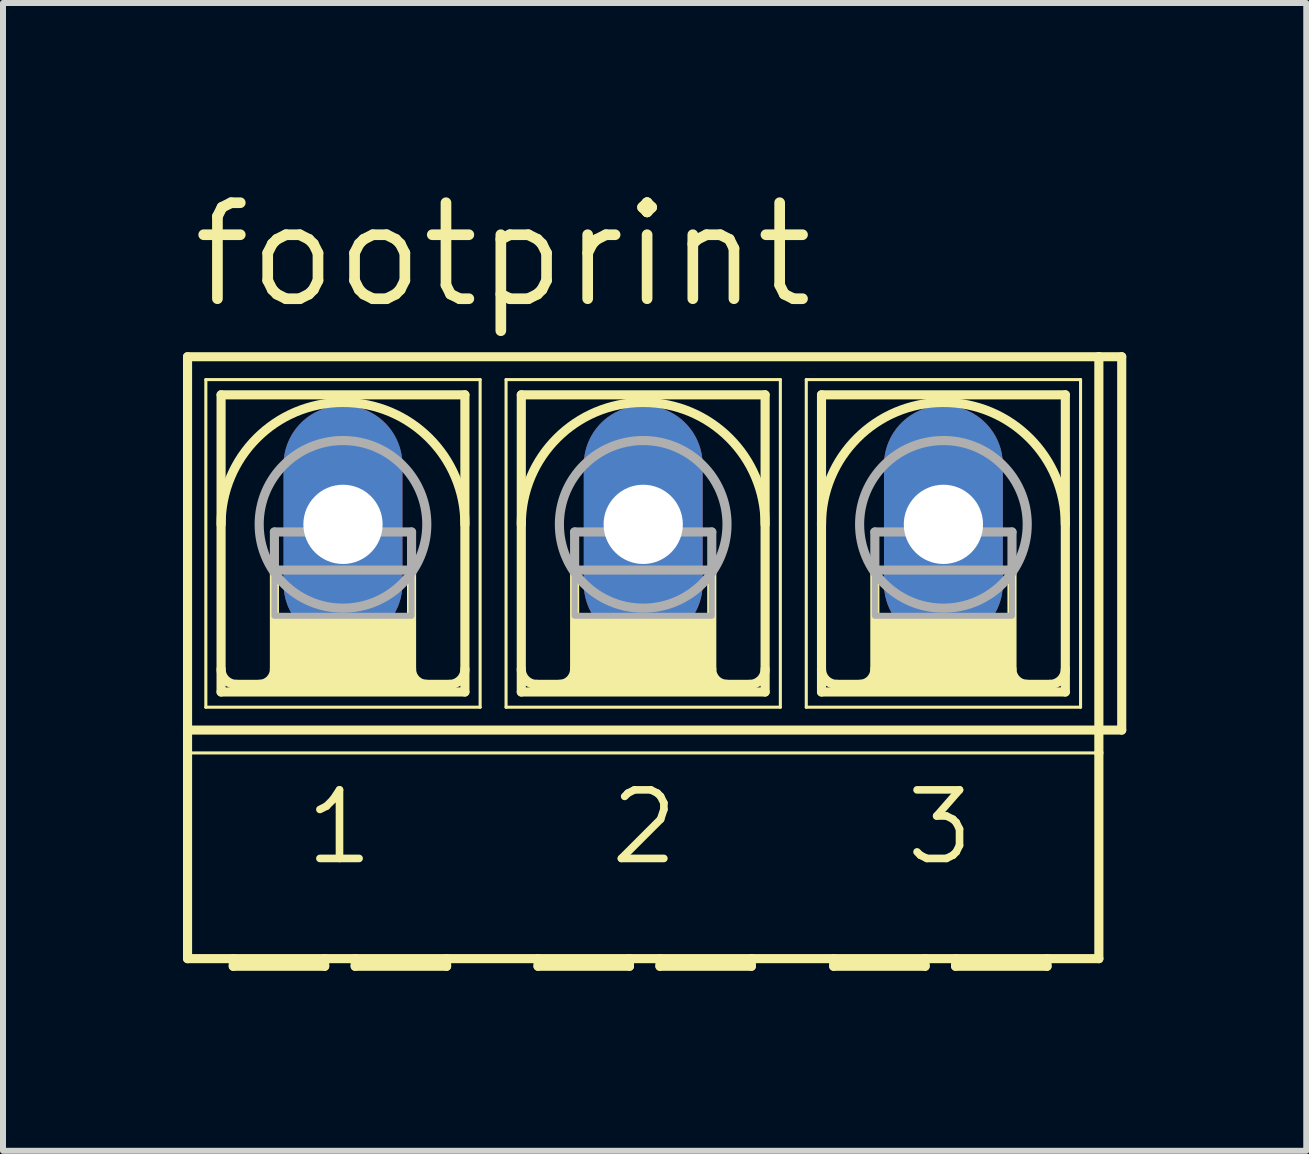
<source format=kicad_pcb>
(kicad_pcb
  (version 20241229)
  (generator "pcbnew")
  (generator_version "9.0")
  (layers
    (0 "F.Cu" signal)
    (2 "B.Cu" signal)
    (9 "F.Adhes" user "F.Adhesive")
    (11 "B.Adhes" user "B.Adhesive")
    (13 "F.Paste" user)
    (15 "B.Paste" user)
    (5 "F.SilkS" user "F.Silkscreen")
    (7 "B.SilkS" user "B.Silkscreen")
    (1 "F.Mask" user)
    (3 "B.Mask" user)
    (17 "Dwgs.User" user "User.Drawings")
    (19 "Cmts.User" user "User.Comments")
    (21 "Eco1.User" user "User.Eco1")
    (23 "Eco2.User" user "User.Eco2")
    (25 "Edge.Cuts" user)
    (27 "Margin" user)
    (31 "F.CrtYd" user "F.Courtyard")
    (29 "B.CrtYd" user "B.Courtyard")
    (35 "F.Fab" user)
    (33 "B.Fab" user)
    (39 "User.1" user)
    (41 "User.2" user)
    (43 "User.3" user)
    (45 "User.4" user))
  (footprint "footprint"
    (layer "F.Cu")
    (at 7.671 5.69)
    (property "Reference" "footprint" (at -7.595 -3.556 0) (layer "F.SilkS") (effects (font (size 1.6 1.6) (thickness 0.178)) (justify left bottom)))
    (fp_line (start -7.595 3.429) (end -7.595 -2.794) (stroke (width 0.152) (type solid)) (layer "F.SilkS"))
    (fp_line (start -7.595 3.429) (end 7.595 3.429) (stroke (width 0.152) (type solid)) (layer "F.SilkS"))
    (fp_line (start -7.595 3.81) (end -7.595 3.429) (stroke (width 0.152) (type solid)) (layer "F.SilkS"))
    (fp_line (start -7.595 7.239) (end -7.595 3.81) (stroke (width 0.152) (type solid)) (layer "F.SilkS"))
    (fp_line (start -7.595 7.239) (end -6.833 7.239) (stroke (width 0.152) (type solid)) (layer "F.SilkS"))
    (fp_line (start -7.29 -2.413) (end -7.29 3.048) (stroke (width 0.051) (type solid)) (layer "F.SilkS"))
    (fp_line (start -7.29 -2.413) (end -2.718 -2.413) (stroke (width 0.051) (type solid)) (layer "F.SilkS"))
    (fp_line (start -7.036 2.794) (end -7.036 -2.159) (stroke (width 0.152) (type solid)) (layer "F.SilkS"))
    (fp_line (start -7.036 2.794) (end -2.972 2.794) (stroke (width 0.152) (type solid)) (layer "F.SilkS"))
    (fp_line (start -6.833 7.239) (end -5.309 7.239) (stroke (width 0.152) (type solid)) (layer "F.SilkS"))
    (fp_line (start -6.833 7.366) (end -6.833 7.239) (stroke (width 0.152) (type solid)) (layer "F.SilkS"))
    (fp_line (start -6.833 7.366) (end -5.309 7.366) (stroke (width 0.152) (type solid)) (layer "F.SilkS"))
    (fp_line (start -6.147 0.762) (end -6.147 2.413) (stroke (width 0.152) (type solid)) (layer "F.SilkS"))
    (fp_line (start -5.309 7.239) (end -5.309 7.366) (stroke (width 0.152) (type solid)) (layer "F.SilkS"))
    (fp_line (start -5.309 7.239) (end -4.801 7.239) (stroke (width 0.152) (type solid)) (layer "F.SilkS"))
    (fp_line (start -4.801 7.239) (end -3.277 7.239) (stroke (width 0.152) (type solid)) (layer "F.SilkS"))
    (fp_line (start -4.801 7.366) (end -4.801 7.239) (stroke (width 0.152) (type solid)) (layer "F.SilkS"))
    (fp_line (start -4.801 7.366) (end -3.277 7.366) (stroke (width 0.152) (type solid)) (layer "F.SilkS"))
    (fp_line (start -3.861 0.762) (end -3.861 2.413) (stroke (width 0.152) (type solid)) (layer "F.SilkS"))
    (fp_line (start -3.277 7.239) (end -1.753 7.239) (stroke (width 0.152) (type solid)) (layer "F.SilkS"))
    (fp_line (start -3.277 7.366) (end -3.277 7.239) (stroke (width 0.152) (type solid)) (layer "F.SilkS"))
    (fp_line (start -3.226 2.667) (end -6.782 2.667) (stroke (width 0.152) (type solid)) (layer "F.SilkS"))
    (fp_line (start -2.972 -2.159) (end -7.036 -2.159) (stroke (width 0.152) (type solid)) (layer "F.SilkS"))
    (fp_line (start -2.972 -2.159) (end -2.972 2.794) (stroke (width 0.152) (type solid)) (layer "F.SilkS"))
    (fp_line (start -2.718 -2.413) (end -2.718 3.048) (stroke (width 0.051) (type solid)) (layer "F.SilkS"))
    (fp_line (start -2.718 3.048) (end -7.29 3.048) (stroke (width 0.051) (type solid)) (layer "F.SilkS"))
    (fp_line (start -2.286 -2.413) (end -2.286 3.048) (stroke (width 0.051) (type solid)) (layer "F.SilkS"))
    (fp_line (start -2.286 -2.413) (end 2.286 -2.413) (stroke (width 0.051) (type solid)) (layer "F.SilkS"))
    (fp_line (start -2.032 -2.159) (end -2.032 2.794) (stroke (width 0.152) (type solid)) (layer "F.SilkS"))
    (fp_line (start -2.032 2.794) (end 2.032 2.794) (stroke (width 0.152) (type solid)) (layer "F.SilkS"))
    (fp_line (start -1.753 7.239) (end -0.229 7.239) (stroke (width 0.152) (type solid)) (layer "F.SilkS"))
    (fp_line (start -1.753 7.366) (end -1.753 7.239) (stroke (width 0.152) (type solid)) (layer "F.SilkS"))
    (fp_line (start -1.753 7.366) (end -0.229 7.366) (stroke (width 0.152) (type solid)) (layer "F.SilkS"))
    (fp_line (start -1.143 0.762) (end -1.143 2.413) (stroke (width 0.152) (type solid)) (layer "F.SilkS"))
    (fp_line (start -0.229 7.239) (end -0.229 7.366) (stroke (width 0.152) (type solid)) (layer "F.SilkS"))
    (fp_line (start -0.229 7.239) (end 0.279 7.239) (stroke (width 0.152) (type solid)) (layer "F.SilkS"))
    (fp_line (start 0.279 7.239) (end 1.803 7.239) (stroke (width 0.152) (type solid)) (layer "F.SilkS"))
    (fp_line (start 0.279 7.366) (end 0.279 7.239) (stroke (width 0.152) (type solid)) (layer "F.SilkS"))
    (fp_line (start 0.279 7.366) (end 1.803 7.366) (stroke (width 0.152) (type solid)) (layer "F.SilkS"))
    (fp_line (start 1.143 0.762) (end 1.143 2.413) (stroke (width 0.152) (type solid)) (layer "F.SilkS"))
    (fp_line (start 1.778 2.667) (end -1.778 2.667) (stroke (width 0.152) (type solid)) (layer "F.SilkS"))
    (fp_line (start 1.803 7.366) (end 1.803 7.239) (stroke (width 0.152) (type solid)) (layer "F.SilkS"))
    (fp_line (start 2.032 -2.159) (end -2.032 -2.159) (stroke (width 0.152) (type solid)) (layer "F.SilkS"))
    (fp_line (start 2.032 2.794) (end 2.032 -2.159) (stroke (width 0.152) (type solid)) (layer "F.SilkS"))
    (fp_line (start 2.286 3.048) (end -2.286 3.048) (stroke (width 0.051) (type solid)) (layer "F.SilkS"))
    (fp_line (start 2.286 3.048) (end 2.286 -2.413) (stroke (width 0.051) (type solid)) (layer "F.SilkS"))
    (fp_line (start 2.718 -2.413) (end 2.718 3.048) (stroke (width 0.051) (type solid)) (layer "F.SilkS"))
    (fp_line (start 2.718 -2.413) (end 7.29 -2.413) (stroke (width 0.051) (type solid)) (layer "F.SilkS"))
    (fp_line (start 2.972 2.794) (end 2.972 -2.159) (stroke (width 0.152) (type solid)) (layer "F.SilkS"))
    (fp_line (start 2.972 2.794) (end 7.036 2.794) (stroke (width 0.152) (type solid)) (layer "F.SilkS"))
    (fp_line (start 3.175 7.239) (end 1.803 7.239) (stroke (width 0.152) (type solid)) (layer "F.SilkS"))
    (fp_line (start 3.175 7.239) (end 3.175 7.366) (stroke (width 0.152) (type solid)) (layer "F.SilkS"))
    (fp_line (start 3.175 7.239) (end 4.699 7.239) (stroke (width 0.152) (type solid)) (layer "F.SilkS"))
    (fp_line (start 3.175 7.366) (end 4.699 7.366) (stroke (width 0.152) (type solid)) (layer "F.SilkS"))
    (fp_line (start 3.861 0.762) (end 3.861 2.413) (stroke (width 0.152) (type solid)) (layer "F.SilkS"))
    (fp_line (start 4.699 7.239) (end 4.699 7.366) (stroke (width 0.152) (type solid)) (layer "F.SilkS"))
    (fp_line (start 4.699 7.239) (end 5.207 7.239) (stroke (width 0.152) (type solid)) (layer "F.SilkS"))
    (fp_line (start 5.207 7.239) (end 5.207 7.366) (stroke (width 0.152) (type solid)) (layer "F.SilkS"))
    (fp_line (start 5.207 7.239) (end 6.731 7.239) (stroke (width 0.152) (type solid)) (layer "F.SilkS"))
    (fp_line (start 5.207 7.366) (end 6.731 7.366) (stroke (width 0.152) (type solid)) (layer "F.SilkS"))
    (fp_line (start 6.147 0.762) (end 6.147 2.413) (stroke (width 0.152) (type solid)) (layer "F.SilkS"))
    (fp_line (start 6.731 7.366) (end 6.731 7.239) (stroke (width 0.152) (type solid)) (layer "F.SilkS"))
    (fp_line (start 6.782 2.667) (end 3.226 2.667) (stroke (width 0.152) (type solid)) (layer "F.SilkS"))
    (fp_line (start 7.036 -2.159) (end 2.972 -2.159) (stroke (width 0.152) (type solid)) (layer "F.SilkS"))
    (fp_line (start 7.036 -2.159) (end 7.036 2.794) (stroke (width 0.152) (type solid)) (layer "F.SilkS"))
    (fp_line (start 7.29 -2.413) (end 7.29 3.048) (stroke (width 0.051) (type solid)) (layer "F.SilkS"))
    (fp_line (start 7.29 3.048) (end 2.718 3.048) (stroke (width 0.051) (type solid)) (layer "F.SilkS"))
    (fp_line (start 7.595 -2.794) (end -7.595 -2.794) (stroke (width 0.152) (type solid)) (layer "F.SilkS"))
    (fp_line (start 7.595 -2.794) (end 7.595 3.429) (stroke (width 0.152) (type solid)) (layer "F.SilkS"))
    (fp_line (start 7.595 3.429) (end 7.595 3.81) (stroke (width 0.152) (type solid)) (layer "F.SilkS"))
    (fp_line (start 7.595 3.81) (end -7.595 3.81) (stroke (width 0.051) (type solid)) (layer "F.SilkS"))
    (fp_line (start 7.595 3.81) (end 7.595 7.239) (stroke (width 0.152) (type solid)) (layer "F.SilkS"))
    (fp_line (start 7.595 7.239) (end 6.731 7.239) (stroke (width 0.152) (type solid)) (layer "F.SilkS"))
    (fp_line (start 7.976 -2.794) (end 7.595 -2.794) (stroke (width 0.152) (type solid)) (layer "F.SilkS"))
    (fp_line (start 7.976 -2.794) (end 7.976 3.429) (stroke (width 0.152) (type solid)) (layer "F.SilkS"))
    (fp_line (start 7.976 3.429) (end 7.595 3.429) (stroke (width 0.152) (type solid)) (layer "F.SilkS"))
    (fp_arc (start -7.0358 0) (mid -5.0038 -2.032) (end -2.9718 0) (stroke (width 0.1524) (type solid)) (layer "F.SilkS"))
    (fp_arc (start -6.7818 2.667) (mid -6.961405 2.592605) (end -7.0358 2.413) (stroke (width 0.1524) (type solid)) (layer "F.SilkS"))
    (fp_arc (start -6.1468 2.413) (mid -6.221195 2.592605) (end -6.4008 2.667) (stroke (width 0.1524) (type solid)) (layer "F.SilkS"))
    (fp_arc (start -3.6068 2.667) (mid -3.786405 2.592605) (end -3.8608 2.413) (stroke (width 0.1524) (type solid)) (layer "F.SilkS"))
    (fp_arc (start -2.9718 2.413) (mid -3.046195 2.592605) (end -3.2258 2.667) (stroke (width 0.1524) (type solid)) (layer "F.SilkS"))
    (fp_arc (start -2.032 0) (mid 0 -2.032) (end 2.032 0) (stroke (width 0.1524) (type solid)) (layer "F.SilkS"))
    (fp_arc (start -1.778 2.667) (mid -1.957605 2.592605) (end -2.032 2.413) (stroke (width 0.1524) (type solid)) (layer "F.SilkS"))
    (fp_arc (start -1.143 2.413) (mid -1.217395 2.592605) (end -1.397 2.667) (stroke (width 0.1524) (type solid)) (layer "F.SilkS"))
    (fp_arc (start 1.397 2.667) (mid 1.217395 2.592605) (end 1.143 2.413) (stroke (width 0.1524) (type solid)) (layer "F.SilkS"))
    (fp_arc (start 2.032 2.413) (mid 1.957605 2.592605) (end 1.778 2.667) (stroke (width 0.1524) (type solid)) (layer "F.SilkS"))
    (fp_arc (start 2.9718 0) (mid 5.0038 -2.032) (end 7.0358 0) (stroke (width 0.1524) (type solid)) (layer "F.SilkS"))
    (fp_arc (start 3.2258 2.667) (mid 3.046195 2.592605) (end 2.9718 2.413) (stroke (width 0.1524) (type solid)) (layer "F.SilkS"))
    (fp_arc (start 3.8608 2.413) (mid 3.786405 2.592605) (end 3.6068 2.667) (stroke (width 0.1524) (type solid)) (layer "F.SilkS"))
    (fp_arc (start 6.4008 2.667) (mid 6.221195 2.592605) (end 6.1468 2.413) (stroke (width 0.1524) (type solid)) (layer "F.SilkS"))
    (fp_arc (start 7.0358 2.413) (mid 6.961405 2.592605) (end 6.7818 2.667) (stroke (width 0.1524) (type solid)) (layer "F.SilkS"))
    (fp_poly (pts (xy -6.147 2.667) (xy -3.861 2.667) (xy -3.861 1.524) (xy -6.147 1.524)) (stroke (width 0) (type solid)) (fill yes) (layer "F.SilkS"))
    (fp_poly (pts (xy -1.143 2.667) (xy 1.143 2.667) (xy 1.143 1.524) (xy -1.143 1.524)) (stroke (width 0) (type solid)) (fill yes) (layer "F.SilkS"))
    (fp_poly (pts (xy 3.861 2.667) (xy 6.147 2.667) (xy 6.147 1.524) (xy 3.861 1.524)) (stroke (width 0) (type solid)) (fill yes) (layer "F.SilkS"))
    (fp_line (start -6.147 0.127) (end -6.147 0.762) (stroke (width 0.152) (type solid)) (layer "F.Fab"))
    (fp_line (start -6.147 0.127) (end -3.861 0.127) (stroke (width 0.152) (type solid)) (layer "F.Fab"))
    (fp_line (start -6.147 0.762) (end -3.861 0.762) (stroke (width 0.152) (type solid)) (layer "F.Fab"))
    (fp_line (start -3.861 0.127) (end -3.861 0.762) (stroke (width 0.152) (type solid)) (layer "F.Fab"))
    (fp_line (start -1.143 0.127) (end -1.143 0.762) (stroke (width 0.152) (type solid)) (layer "F.Fab"))
    (fp_line (start -1.143 0.127) (end 1.143 0.127) (stroke (width 0.152) (type solid)) (layer "F.Fab"))
    (fp_line (start -1.143 0.762) (end 1.143 0.762) (stroke (width 0.152) (type solid)) (layer "F.Fab"))
    (fp_line (start 1.143 0.127) (end 1.143 0.762) (stroke (width 0.152) (type solid)) (layer "F.Fab"))
    (fp_line (start 3.861 0.127) (end 3.861 0.762) (stroke (width 0.152) (type solid)) (layer "F.Fab"))
    (fp_line (start 3.861 0.127) (end 6.147 0.127) (stroke (width 0.152) (type solid)) (layer "F.Fab"))
    (fp_line (start 3.861 0.762) (end 6.147 0.762) (stroke (width 0.152) (type solid)) (layer "F.Fab"))
    (fp_line (start 6.147 0.127) (end 6.147 0.762) (stroke (width 0.152) (type solid)) (layer "F.Fab"))
    (fp_circle (center -5.004 0) (end -3.607 0) (stroke (width 0.152) (type solid)) (fill no) (layer "F.Fab"))
    (fp_circle (center 0 0) (end 1.397 0) (stroke (width 0.152) (type solid)) (fill no) (layer "F.Fab"))
    (fp_circle (center 5.004 0) (end 6.401 0) (stroke (width 0.152) (type solid)) (fill no) (layer "F.Fab"))
    (fp_poly (pts (xy -6.147 1.524) (xy -3.861 1.524) (xy -3.861 0.762) (xy -6.147 0.762)) (stroke (width 0.1) (type solid)) (fill no) (layer "F.Fab"))
    (fp_poly (pts (xy -1.143 1.524) (xy 1.143 1.524) (xy 1.143 0.762) (xy -1.143 0.762)) (stroke (width 0.1) (type solid)) (fill no) (layer "F.Fab"))
    (fp_poly (pts (xy 3.861 1.524) (xy 6.147 1.524) (xy 6.147 0.762) (xy 3.861 0.762)) (stroke (width 0.1) (type solid)) (fill no) (layer "F.Fab"))
    (fp_text user "3" (at 4.318 5.715 0) (layer "F.SilkS") (effects (font (size 1.143 1.143) (thickness 0.127)) (justify left bottom)))
    (fp_text user "2" (at -0.61 5.715 0) (layer "F.SilkS") (effects (font (size 1.143 1.143) (thickness 0.127)) (justify left bottom)))
    (fp_text user "1" (at -5.69 5.715 0) (layer "F.SilkS") (effects (font (size 1.143 1.143) (thickness 0.127)) (justify left bottom)))
    (pad "1" thru_hole oval (at -5.004 0 90) (size 3.962 1.981) (drill 1.321) (layers "*.Cu" "*.Mask"))
    (pad "2" thru_hole oval (at 0 0 90) (size 3.962 1.981) (drill 1.321) (layers "*.Cu" "*.Mask"))
    (pad "3" thru_hole oval (at 5.004 0 90) (size 3.962 1.981) (drill 1.321) (layers "*.Cu" "*.Mask")))
  (gr_rect
    (start -3 -3)
    (end 18.723 16.132)
    (stroke (width 0.1) (type default))
    (fill no)
    (layer "Edge.Cuts")))
</source>
